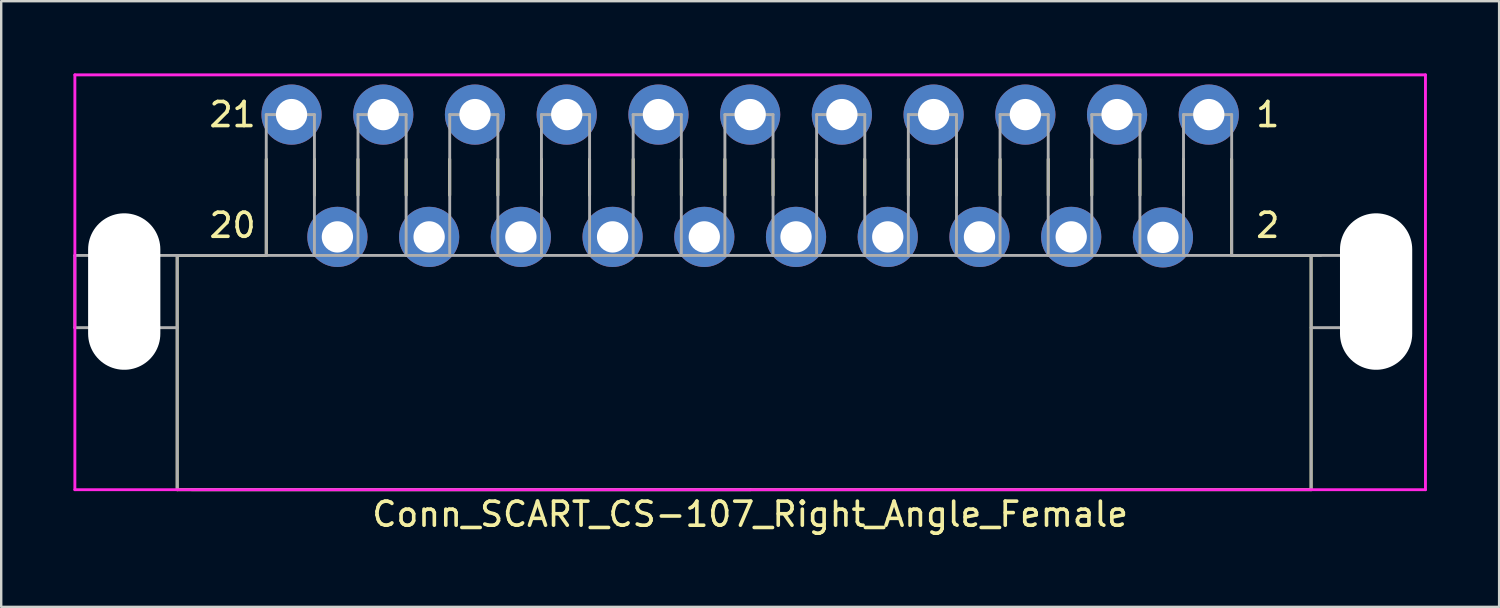
<source format=kicad_pcb>
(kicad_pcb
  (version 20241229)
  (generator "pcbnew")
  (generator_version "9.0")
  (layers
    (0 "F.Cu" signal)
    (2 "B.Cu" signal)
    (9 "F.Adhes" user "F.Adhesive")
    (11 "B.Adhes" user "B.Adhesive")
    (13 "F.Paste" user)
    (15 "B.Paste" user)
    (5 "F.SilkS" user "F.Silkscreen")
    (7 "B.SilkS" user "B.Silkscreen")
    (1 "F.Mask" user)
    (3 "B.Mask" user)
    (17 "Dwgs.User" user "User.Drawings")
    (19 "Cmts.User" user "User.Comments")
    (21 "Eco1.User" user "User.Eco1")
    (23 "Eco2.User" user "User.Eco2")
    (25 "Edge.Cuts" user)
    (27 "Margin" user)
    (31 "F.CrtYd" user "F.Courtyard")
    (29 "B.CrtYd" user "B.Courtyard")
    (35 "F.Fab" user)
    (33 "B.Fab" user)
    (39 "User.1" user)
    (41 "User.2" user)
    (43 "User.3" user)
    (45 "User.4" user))
  (footprint "Conn_SCART_CS-107_Right_Angle_Female"
    (layer "F.Cu")
    (at 28.11 11.71)
    (property "Reference" "Conn_SCART_CS-107_Right_Angle_Female" (at 0 6.6 0) (layer "F.SilkS") (effects (font (size 1 1) (thickness 0.15))))
    (attr through_hole)
    (fp_line (start -23.8 -4.15) (end -20.1 -4.15) (stroke (width 0.12) (type solid)) (layer "F.SilkS"))
    (fp_line (start -23.8 5.58) (end -23.8 -4.15) (stroke (width 0.12) (type solid)) (layer "F.SilkS"))
    (fp_line (start -20.1 -4.15) (end -20.1 -8.15) (stroke (width 0.12) (type solid)) (layer "F.SilkS"))
    (fp_line (start -18.1 -8.15) (end -18.1 -6.65) (stroke (width 0.12) (type solid)) (layer "F.SilkS"))
    (fp_line (start -16.29 -8.15) (end -16.29 -6.65) (stroke (width 0.12) (type solid)) (layer "F.SilkS"))
    (fp_line (start -14.29 -8.15) (end -14.29 -6.65) (stroke (width 0.12) (type solid)) (layer "F.SilkS"))
    (fp_line (start -12.48 -8.15) (end -12.48 -6.65) (stroke (width 0.12) (type solid)) (layer "F.SilkS"))
    (fp_line (start -10.48 -8.15) (end -10.48 -6.65) (stroke (width 0.12) (type solid)) (layer "F.SilkS"))
    (fp_line (start -8.67 -8.15) (end -8.67 -6.65) (stroke (width 0.12) (type solid)) (layer "F.SilkS"))
    (fp_line (start -6.67 -8.15) (end -6.67 -6.65) (stroke (width 0.12) (type solid)) (layer "F.SilkS"))
    (fp_line (start -4.86 -8.15) (end -4.86 -6.65) (stroke (width 0.12) (type solid)) (layer "F.SilkS"))
    (fp_line (start -2.86 -8.15) (end -2.86 -6.65) (stroke (width 0.12) (type solid)) (layer "F.SilkS"))
    (fp_line (start -1.05 -8.15) (end -1.05 -6.65) (stroke (width 0.12) (type solid)) (layer "F.SilkS"))
    (fp_line (start 0 5.58) (end -23.8 5.58) (stroke (width 0.12) (type solid)) (layer "F.SilkS"))
    (fp_line (start 0 5.58) (end 23.3 5.58) (stroke (width 0.12) (type solid)) (layer "F.SilkS"))
    (fp_line (start 0.95 -8.15) (end 0.95 -6.65) (stroke (width 0.12) (type solid)) (layer "F.SilkS"))
    (fp_line (start 2.76 -8.15) (end 2.76 -6.65) (stroke (width 0.12) (type solid)) (layer "F.SilkS"))
    (fp_line (start 4.76 -8.15) (end 4.76 -6.65) (stroke (width 0.12) (type solid)) (layer "F.SilkS"))
    (fp_line (start 6.57 -8.15) (end 6.57 -6.65) (stroke (width 0.12) (type solid)) (layer "F.SilkS"))
    (fp_line (start 8.57 -8.15) (end 8.57 -6.65) (stroke (width 0.12) (type solid)) (layer "F.SilkS"))
    (fp_line (start 10.38 -8.15) (end 10.38 -6.65) (stroke (width 0.12) (type solid)) (layer "F.SilkS"))
    (fp_line (start 12.38 -8.15) (end 12.38 -6.65) (stroke (width 0.12) (type solid)) (layer "F.SilkS"))
    (fp_line (start 14.19 -8.15) (end 14.19 -6.65) (stroke (width 0.12) (type solid)) (layer "F.SilkS"))
    (fp_line (start 16.19 -8.15) (end 16.19 -6.65) (stroke (width 0.12) (type solid)) (layer "F.SilkS"))
    (fp_line (start 18 -8.15) (end 18 -6.65) (stroke (width 0.12) (type solid)) (layer "F.SilkS"))
    (fp_line (start 20 -4.15) (end 20 -8.15) (stroke (width 0.12) (type solid)) (layer "F.SilkS"))
    (fp_line (start 23.3 -4.15) (end 20 -4.15) (stroke (width 0.12) (type solid)) (layer "F.SilkS"))
    (fp_line (start 23.3 5.58) (end 23.3 -4.15) (stroke (width 0.12) (type solid)) (layer "F.SilkS"))
    (fp_line (start -28.05 -11.65) (end -28.05 5.58) (stroke (width 0.12) (type solid)) (layer "F.CrtYd"))
    (fp_line (start 28.05 -11.65) (end -28.05 -11.65) (stroke (width 0.12) (type solid)) (layer "F.CrtYd"))
    (fp_line (start 28.05 5.58) (end -28.05 5.58) (stroke (width 0.12) (type solid)) (layer "F.CrtYd"))
    (fp_line (start 28.05 5.58) (end 28.05 -11.65) (stroke (width 0.12) (type solid)) (layer "F.CrtYd"))
    (fp_line (start -28.05 -1.15) (end -28.05 -4.15) (stroke (width 0.12) (type solid)) (layer "F.Fab"))
    (fp_line (start -23.8 -1.15) (end -28.05 -1.15) (stroke (width 0.12) (type solid)) (layer "F.Fab"))
    (fp_line (start -23.8 5.58) (end -23.8 -4.15) (stroke (width 0.12) (type solid)) (layer "F.Fab"))
    (fp_line (start -23.2 -4.15) (end -28.05 -4.15) (stroke (width 0.12) (type solid)) (layer "F.Fab"))
    (fp_line (start -23.2 -4.15) (end 23.7 -4.15) (stroke (width 0.12) (type solid)) (layer "F.Fab"))
    (fp_line (start -20.1 -4.15) (end -20.1 -10) (stroke (width 0.12) (type solid)) (layer "F.Fab"))
    (fp_line (start -18.1 -10) (end -20.1 -10) (stroke (width 0.12) (type solid)) (layer "F.Fab"))
    (fp_line (start -18.1 -4.15) (end -18.1 -10) (stroke (width 0.12) (type solid)) (layer "F.Fab"))
    (fp_line (start -16.29 -4.15) (end -16.29 -10) (stroke (width 0.12) (type solid)) (layer "F.Fab"))
    (fp_line (start -14.29 -10) (end -16.29 -10) (stroke (width 0.12) (type solid)) (layer "F.Fab"))
    (fp_line (start -14.29 -4.15) (end -14.29 -10) (stroke (width 0.12) (type solid)) (layer "F.Fab"))
    (fp_line (start -12.48 -4.15) (end -12.48 -10) (stroke (width 0.12) (type solid)) (layer "F.Fab"))
    (fp_line (start -10.48 -10) (end -12.48 -10) (stroke (width 0.12) (type solid)) (layer "F.Fab"))
    (fp_line (start -10.48 -4.15) (end -10.48 -10) (stroke (width 0.12) (type solid)) (layer "F.Fab"))
    (fp_line (start -8.67 -4.15) (end -8.67 -10) (stroke (width 0.12) (type solid)) (layer "F.Fab"))
    (fp_line (start -6.67 -10) (end -8.67 -10) (stroke (width 0.12) (type solid)) (layer "F.Fab"))
    (fp_line (start -6.67 -4.15) (end -6.67 -10) (stroke (width 0.12) (type solid)) (layer "F.Fab"))
    (fp_line (start -4.86 -4.15) (end -4.86 -10) (stroke (width 0.12) (type solid)) (layer "F.Fab"))
    (fp_line (start -2.86 -10) (end -4.86 -10) (stroke (width 0.12) (type solid)) (layer "F.Fab"))
    (fp_line (start -2.86 -4.15) (end -2.86 -10) (stroke (width 0.12) (type solid)) (layer "F.Fab"))
    (fp_line (start -1.05 -4.15) (end -1.05 -10) (stroke (width 0.12) (type solid)) (layer "F.Fab"))
    (fp_line (start 0 5.58) (end -23.2 5.58) (stroke (width 0.12) (type solid)) (layer "F.Fab"))
    (fp_line (start 0.95 -10) (end -1.05 -10) (stroke (width 0.12) (type solid)) (layer "F.Fab"))
    (fp_line (start 0.95 -4.15) (end 0.95 -10) (stroke (width 0.12) (type solid)) (layer "F.Fab"))
    (fp_line (start 2.76 -4.15) (end 2.76 -10) (stroke (width 0.12) (type solid)) (layer "F.Fab"))
    (fp_line (start 4.76 -10) (end 2.76 -10) (stroke (width 0.12) (type solid)) (layer "F.Fab"))
    (fp_line (start 4.76 -4.15) (end 4.76 -10) (stroke (width 0.12) (type solid)) (layer "F.Fab"))
    (fp_line (start 6.57 -4.15) (end 6.57 -10) (stroke (width 0.12) (type solid)) (layer "F.Fab"))
    (fp_line (start 8.57 -10) (end 6.57 -10) (stroke (width 0.12) (type solid)) (layer "F.Fab"))
    (fp_line (start 8.57 -4.15) (end 8.57 -10) (stroke (width 0.12) (type solid)) (layer "F.Fab"))
    (fp_line (start 10.38 -4.15) (end 10.38 -10) (stroke (width 0.12) (type solid)) (layer "F.Fab"))
    (fp_line (start 12.38 -10) (end 10.38 -10) (stroke (width 0.12) (type solid)) (layer "F.Fab"))
    (fp_line (start 12.38 -4.15) (end 12.38 -10) (stroke (width 0.12) (type solid)) (layer "F.Fab"))
    (fp_line (start 14.19 -4.15) (end 14.19 -10) (stroke (width 0.12) (type solid)) (layer "F.Fab"))
    (fp_line (start 16.19 -10) (end 14.19 -10) (stroke (width 0.12) (type solid)) (layer "F.Fab"))
    (fp_line (start 16.19 -4.15) (end 16.19 -10) (stroke (width 0.12) (type solid)) (layer "F.Fab"))
    (fp_line (start 18 -4.15) (end 18 -10) (stroke (width 0.12) (type solid)) (layer "F.Fab"))
    (fp_line (start 20 -10) (end 18 -10) (stroke (width 0.12) (type solid)) (layer "F.Fab"))
    (fp_line (start 20 -4.15) (end 20 -10) (stroke (width 0.12) (type solid)) (layer "F.Fab"))
    (fp_line (start 23.3 -4.15) (end 23.3 5.58) (stroke (width 0.12) (type solid)) (layer "F.Fab"))
    (fp_line (start 23.3 -4.15) (end 26.95 -4.15) (stroke (width 0.12) (type solid)) (layer "F.Fab"))
    (fp_line (start 23.3 -1.15) (end 26.95 -1.15) (stroke (width 0.12) (type solid)) (layer "F.Fab"))
    (fp_line (start 26.95 -1.15) (end 26.95 -4.15) (stroke (width 0.12) (type solid)) (layer "F.Fab"))
    (fp_text user "2" (at 21.5 -5.4 180) (layer "F.SilkS") (effects (font (size 1 1) (thickness 0.15))))
    (fp_text user "21" (at -21.5 -10 180) (layer "F.SilkS") (effects (font (size 1 1) (thickness 0.15))))
    (fp_text user "20" (at -21.5 -5.4 180) (layer "F.SilkS") (effects (font (size 1 1) (thickness 0.15))))
    (fp_text user "1" (at 21.5 -10 180) (layer "F.SilkS") (effects (font (size 1 1) (thickness 0.15))))
    (pad "" np_thru_hole oval (at -26 -2.65 180) (size 3 6.5) (drill oval 3 6.5) (layers "*.Cu" "*.Mask"))
    (pad "" np_thru_hole oval (at 26 -2.65 180) (size 3 6.5) (drill oval 3 6.5) (layers "*.Cu" "*.Mask"))
    (pad "1" thru_hole circle (at 19.05 -10 180) (size 2.5 2.5) (drill 1.3) (layers "*.Cu" "*.Mask"))
    (pad "2" thru_hole circle (at 17.145 -4.9 180) (size 2.5 2.5) (drill 1.3) (layers "*.Cu" "*.Mask"))
    (pad "3" thru_hole circle (at 15.24 -10 180) (size 2.5 2.5) (drill 1.3) (layers "*.Cu" "*.Mask"))
    (pad "4" thru_hole circle (at 13.335 -4.92 180) (size 2.5 2.5) (drill 1.3) (layers "*.Cu" "*.Mask"))
    (pad "5" thru_hole circle (at 11.43 -10 180) (size 2.5 2.5) (drill 1.3) (layers "*.Cu" "*.Mask"))
    (pad "6" thru_hole circle (at 9.525 -4.92 180) (size 2.5 2.5) (drill 1.3) (layers "*.Cu" "*.Mask"))
    (pad "7" thru_hole circle (at 7.62 -10 180) (size 2.5 2.5) (drill 1.3) (layers "*.Cu" "*.Mask"))
    (pad "8" thru_hole circle (at 5.715 -4.92 180) (size 2.5 2.5) (drill 1.3) (layers "*.Cu" "*.Mask"))
    (pad "9" thru_hole circle (at 3.81 -10 180) (size 2.5 2.5) (drill 1.3) (layers "*.Cu" "*.Mask"))
    (pad "10" thru_hole circle (at 1.905 -4.92 180) (size 2.5 2.5) (drill 1.3) (layers "*.Cu" "*.Mask"))
    (pad "11" thru_hole circle (at 0 -10 180) (size 2.5 2.5) (drill 1.3) (layers "*.Cu" "*.Mask"))
    (pad "12" thru_hole circle (at -1.905 -4.92 180) (size 2.5 2.5) (drill 1.3) (layers "*.Cu" "*.Mask"))
    (pad "13" thru_hole circle (at -3.81 -10 180) (size 2.5 2.5) (drill 1.3) (layers "*.Cu" "*.Mask"))
    (pad "14" thru_hole circle (at -5.715 -4.92 180) (size 2.5 2.5) (drill 1.3) (layers "*.Cu" "*.Mask"))
    (pad "15" thru_hole circle (at -7.62 -10 180) (size 2.5 2.5) (drill 1.3) (layers "*.Cu" "*.Mask"))
    (pad "16" thru_hole circle (at -9.525 -4.92 180) (size 2.5 2.5) (drill 1.3) (layers "*.Cu" "*.Mask"))
    (pad "17" thru_hole circle (at -11.43 -10 180) (size 2.5 2.5) (drill 1.3) (layers "*.Cu" "*.Mask"))
    (pad "18" thru_hole circle (at -13.335 -4.92 180) (size 2.5 2.5) (drill 1.3) (layers "*.Cu" "*.Mask"))
    (pad "19" thru_hole circle (at -15.24 -10 180) (size 2.5 2.5) (drill 1.3) (layers "*.Cu" "*.Mask"))
    (pad "20" thru_hole circle (at -17.145 -4.92 180) (size 2.5 2.5) (drill 1.3) (layers "*.Cu" "*.Mask"))
    (pad "21" thru_hole circle (at -19.05 -10 180) (size 2.5 2.5) (drill 1.3) (layers "*.Cu" "*.Mask")))
  (gr_rect
    (start -3 -3)
    (end 59.22 22.158)
    (stroke (width 0.1) (type default))
    (fill no)
    (layer "Edge.Cuts")))
</source>
